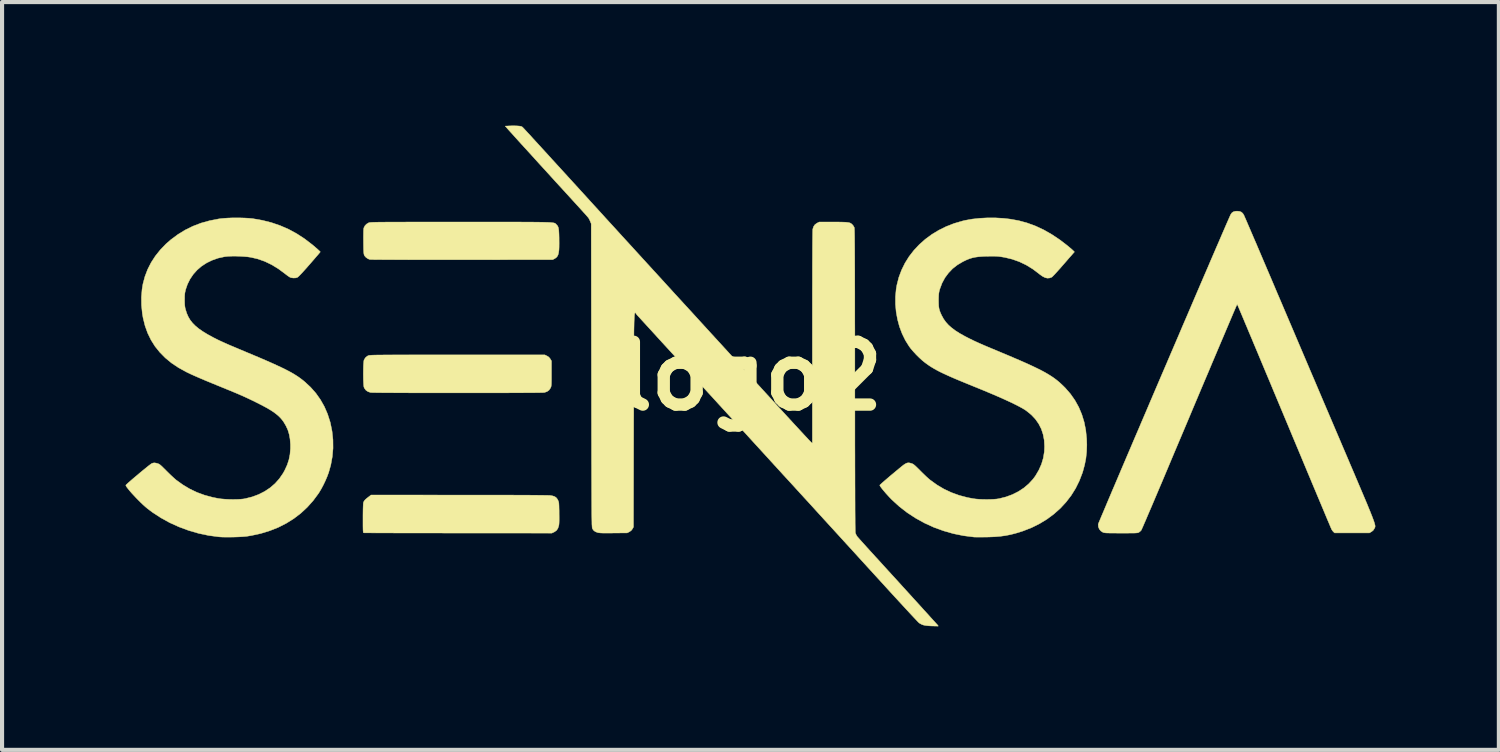
<source format=kicad_pcb>
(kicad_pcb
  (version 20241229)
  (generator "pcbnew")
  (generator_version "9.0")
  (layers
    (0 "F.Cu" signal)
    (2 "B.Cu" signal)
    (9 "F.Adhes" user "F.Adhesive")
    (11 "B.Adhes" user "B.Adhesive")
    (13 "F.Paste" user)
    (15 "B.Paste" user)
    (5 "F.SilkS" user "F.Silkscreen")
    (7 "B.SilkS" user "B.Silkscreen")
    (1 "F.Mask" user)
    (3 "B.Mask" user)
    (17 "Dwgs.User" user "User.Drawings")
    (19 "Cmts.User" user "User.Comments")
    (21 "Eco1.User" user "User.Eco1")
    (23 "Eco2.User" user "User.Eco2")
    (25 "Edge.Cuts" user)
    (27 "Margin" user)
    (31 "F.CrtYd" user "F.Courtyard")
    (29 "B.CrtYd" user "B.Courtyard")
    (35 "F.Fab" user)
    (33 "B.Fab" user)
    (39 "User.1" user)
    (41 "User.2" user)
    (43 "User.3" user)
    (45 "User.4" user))
  (footprint "logo2"
    (layer "F.Cu")
    (at 15.172 6.085)
    (property "Reference" "logo2" (at 0 0 0) (layer "F.SilkS") (effects (font (size 1.524 1.524) (thickness 0.3))))
    (attr through_hole)
    (fp_poly (pts (xy -7.083 2.886) (xy -6.841 2.886) (xy -6.61 2.886) (xy -6.391 2.886) (xy -6.183 2.886) (xy -5.988 2.887) (xy -5.807 2.887) (xy -5.639 2.888) (xy -5.486 2.888) (xy -5.348 2.889) (xy -5.226 2.89) (xy -5.121 2.891) (xy -5.033 2.892) (xy -4.963 2.893) (xy -4.911 2.894) (xy -4.879 2.895) (xy -4.869 2.895) (xy -4.804 2.906) (xy -4.755 2.922) (xy -4.719 2.946) (xy -4.69 2.981) (xy -4.676 3.007) (xy -4.667 3.025) (xy -4.661 3.041) (xy -4.656 3.059) (xy -4.652 3.08) (xy -4.65 3.109) (xy -4.648 3.148) (xy -4.647 3.2) (xy -4.645 3.267) (xy -4.645 3.319) (xy -4.644 3.419) (xy -4.644 3.502) (xy -4.646 3.567) (xy -4.65 3.612) (xy -4.653 3.628) (xy -4.674 3.693) (xy -4.707 3.743) (xy -4.755 3.778) (xy -4.768 3.785) (xy -4.821 3.81) (xy -7.097 3.809) (xy -7.311 3.809) (xy -7.519 3.808) (xy -7.721 3.808) (xy -7.917 3.808) (xy -8.104 3.808) (xy -8.282 3.807) (xy -8.45 3.807) (xy -8.608 3.807) (xy -8.754 3.806) (xy -8.887 3.806) (xy -9.006 3.806) (xy -9.112 3.805) (xy -9.201 3.805) (xy -9.275 3.804) (xy -9.331 3.804) (xy -9.369 3.804) (xy -9.388 3.803) (xy -9.39 3.803) (xy -9.395 3.801) (xy -9.399 3.795) (xy -9.402 3.783) (xy -9.404 3.764) (xy -9.406 3.736) (xy -9.407 3.696) (xy -9.408 3.642) (xy -9.408 3.572) (xy -9.408 3.485) (xy -9.408 3.456) (xy -9.408 3.373) (xy -9.407 3.295) (xy -9.406 3.224) (xy -9.404 3.164) (xy -9.402 3.117) (xy -9.4 3.086) (xy -9.399 3.075) (xy -9.389 3.047) (xy -9.374 3.022) (xy -9.349 2.994) (xy -9.312 2.962) (xy -9.277 2.935) (xy -9.212 2.885) (xy -7.083 2.886)) (stroke (width 0.01) (type solid)) (fill yes) (layer "F.SilkS"))
    (fp_poly (pts (xy -4.94 -0.492) (xy -4.898 -0.466) (xy -4.868 -0.432) (xy -4.859 -0.418) (xy -4.831 -0.371) (xy -4.831 -0.066) (xy -4.831 0.021) (xy -4.831 0.09) (xy -4.832 0.143) (xy -4.833 0.184) (xy -4.835 0.215) (xy -4.838 0.237) (xy -4.841 0.254) (xy -4.846 0.269) (xy -4.853 0.283) (xy -4.855 0.288) (xy -4.89 0.338) (xy -4.938 0.373) (xy -5.001 0.395) (xy -5.008 0.396) (xy -5.024 0.397) (xy -5.059 0.398) (xy -5.111 0.399) (xy -5.181 0.4) (xy -5.266 0.401) (xy -5.366 0.401) (xy -5.479 0.402) (xy -5.603 0.403) (xy -5.739 0.403) (xy -5.885 0.404) (xy -6.039 0.404) (xy -6.2 0.405) (xy -6.367 0.405) (xy -6.54 0.405) (xy -6.716 0.405) (xy -6.895 0.405) (xy -7.075 0.405) (xy -7.256 0.405) (xy -7.435 0.405) (xy -7.613 0.405) (xy -7.787 0.405) (xy -7.957 0.405) (xy -8.121 0.404) (xy -8.278 0.404) (xy -8.428 0.403) (xy -8.568 0.403) (xy -8.698 0.402) (xy -8.816 0.402) (xy -8.922 0.401) (xy -9.013 0.4) (xy -9.09 0.399) (xy -9.15 0.398) (xy -9.193 0.397) (xy -9.217 0.396) (xy -9.222 0.396) (xy -9.286 0.375) (xy -9.336 0.341) (xy -9.372 0.293) (xy -9.382 0.272) (xy -9.388 0.249) (xy -9.392 0.208) (xy -9.395 0.155) (xy -9.398 0.09) (xy -9.399 0.019) (xy -9.4 -0.055) (xy -9.399 -0.13) (xy -9.398 -0.202) (xy -9.396 -0.268) (xy -9.392 -0.323) (xy -9.388 -0.366) (xy -9.383 -0.392) (xy -9.382 -0.394) (xy -9.351 -0.447) (xy -9.307 -0.485) (xy -9.281 -0.499) (xy -9.276 -0.501) (xy -9.269 -0.503) (xy -9.261 -0.505) (xy -9.249 -0.507) (xy -9.234 -0.508) (xy -9.214 -0.509) (xy -9.189 -0.511) (xy -9.157 -0.512) (xy -9.119 -0.513) (xy -9.072 -0.514) (xy -9.017 -0.514) (xy -8.953 -0.515) (xy -8.878 -0.516) (xy -8.791 -0.516) (xy -8.693 -0.517) (xy -8.582 -0.517) (xy -8.457 -0.517) (xy -8.318 -0.517) (xy -8.164 -0.518) (xy -7.993 -0.518) (xy -7.805 -0.518) (xy -7.6 -0.518) (xy -7.376 -0.518) (xy -7.133 -0.518) (xy -7.117 -0.518) (xy -4.993 -0.518) (xy -4.94 -0.492)) (stroke (width 0.01) (type solid)) (fill yes) (layer "F.SilkS"))
    (fp_poly (pts (xy -6.135 -3.744) (xy -5.955 -3.744) (xy -5.792 -3.744) (xy -5.645 -3.744) (xy -5.512 -3.743) (xy -5.393 -3.743) (xy -5.288 -3.742) (xy -5.194 -3.741) (xy -5.112 -3.74) (xy -5.041 -3.739) (xy -4.979 -3.737) (xy -4.927 -3.736) (xy -4.883 -3.734) (xy -4.846 -3.731) (xy -4.816 -3.728) (xy -4.792 -3.725) (xy -4.773 -3.722) (xy -4.759 -3.718) (xy -4.747 -3.714) (xy -4.739 -3.709) (xy -4.732 -3.704) (xy -4.726 -3.699) (xy -4.721 -3.693) (xy -4.714 -3.686) (xy -4.712 -3.683) (xy -4.694 -3.665) (xy -4.68 -3.645) (xy -4.669 -3.622) (xy -4.661 -3.592) (xy -4.655 -3.554) (xy -4.651 -3.504) (xy -4.648 -3.439) (xy -4.646 -3.358) (xy -4.646 -3.331) (xy -4.645 -3.224) (xy -4.646 -3.136) (xy -4.649 -3.064) (xy -4.657 -3.006) (xy -4.667 -2.959) (xy -4.682 -2.923) (xy -4.702 -2.894) (xy -4.727 -2.872) (xy -4.757 -2.853) (xy -4.757 -2.853) (xy -4.801 -2.83) (xy -7.005 -2.828) (xy -7.216 -2.828) (xy -7.421 -2.828) (xy -7.621 -2.828) (xy -7.813 -2.828) (xy -7.997 -2.828) (xy -8.173 -2.828) (xy -8.338 -2.829) (xy -8.493 -2.829) (xy -8.636 -2.829) (xy -8.766 -2.83) (xy -8.883 -2.83) (xy -8.985 -2.831) (xy -9.071 -2.832) (xy -9.141 -2.832) (xy -9.194 -2.833) (xy -9.228 -2.834) (xy -9.243 -2.834) (xy -9.243 -2.834) (xy -9.291 -2.854) (xy -9.335 -2.885) (xy -9.368 -2.922) (xy -9.374 -2.933) (xy -9.379 -2.946) (xy -9.384 -2.961) (xy -9.387 -2.981) (xy -9.39 -3.009) (xy -9.392 -3.046) (xy -9.394 -3.095) (xy -9.395 -3.159) (xy -9.396 -3.24) (xy -9.396 -3.266) (xy -9.397 -3.372) (xy -9.396 -3.458) (xy -9.395 -3.525) (xy -9.392 -3.571) (xy -9.388 -3.598) (xy -9.388 -3.599) (xy -9.363 -3.65) (xy -9.323 -3.693) (xy -9.273 -3.723) (xy -9.268 -3.726) (xy -9.262 -3.728) (xy -9.254 -3.73) (xy -9.245 -3.731) (xy -9.232 -3.733) (xy -9.216 -3.734) (xy -9.195 -3.736) (xy -9.168 -3.737) (xy -9.135 -3.738) (xy -9.095 -3.739) (xy -9.047 -3.74) (xy -8.991 -3.741) (xy -8.925 -3.741) (xy -8.848 -3.742) (xy -8.761 -3.742) (xy -8.661 -3.743) (xy -8.549 -3.743) (xy -8.423 -3.743) (xy -8.283 -3.744) (xy -8.127 -3.744) (xy -7.955 -3.744) (xy -7.767 -3.744) (xy -7.561 -3.744) (xy -7.336 -3.744) (xy -7.092 -3.744) (xy -7.031 -3.744) (xy -6.778 -3.744) (xy -6.545 -3.744) (xy -6.331 -3.744) (xy -6.135 -3.744)) (stroke (width 0.01) (type solid)) (fill yes) (layer "F.SilkS"))
    (fp_poly (pts (xy 11.875 -4.003) (xy 11.92 -3.986) (xy 11.956 -3.954) (xy 11.98 -3.916) (xy 11.987 -3.902) (xy 12.001 -3.869) (xy 12.023 -3.82) (xy 12.051 -3.755) (xy 12.085 -3.676) (xy 12.125 -3.583) (xy 12.171 -3.476) (xy 12.221 -3.358) (xy 12.277 -3.23) (xy 12.336 -3.091) (xy 12.399 -2.943) (xy 12.465 -2.788) (xy 12.534 -2.626) (xy 12.606 -2.458) (xy 12.68 -2.284) (xy 12.705 -2.225) (xy 12.782 -2.043) (xy 12.867 -1.845) (xy 12.958 -1.631) (xy 13.054 -1.406) (xy 13.155 -1.169) (xy 13.259 -0.924) (xy 13.366 -0.673) (xy 13.475 -0.417) (xy 13.585 -0.158) (xy 13.696 0.101) (xy 13.805 0.358) (xy 13.913 0.612) (xy 14.019 0.86) (xy 14.122 1.101) (xy 14.22 1.332) (xy 14.283 1.478) (xy 14.383 1.714) (xy 14.476 1.931) (xy 14.561 2.132) (xy 14.64 2.316) (xy 14.711 2.484) (xy 14.776 2.637) (xy 14.835 2.776) (xy 14.888 2.901) (xy 14.936 3.014) (xy 14.978 3.114) (xy 15.014 3.203) (xy 15.047 3.282) (xy 15.074 3.351) (xy 15.098 3.411) (xy 15.117 3.462) (xy 15.133 3.506) (xy 15.146 3.543) (xy 15.155 3.573) (xy 15.162 3.599) (xy 15.167 3.619) (xy 15.169 3.636) (xy 15.169 3.65) (xy 15.168 3.661) (xy 15.165 3.67) (xy 15.161 3.679) (xy 15.157 3.687) (xy 15.152 3.696) (xy 15.149 3.703) (xy 15.121 3.745) (xy 15.08 3.777) (xy 15.079 3.777) (xy 15.032 3.805) (xy 14.185 3.805) (xy 14.158 3.78) (xy 14.134 3.753) (xy 14.113 3.721) (xy 14.112 3.717) (xy 14.106 3.704) (xy 14.092 3.673) (xy 14.072 3.625) (xy 14.045 3.561) (xy 14.012 3.484) (xy 13.974 3.393) (xy 13.931 3.29) (xy 13.883 3.175) (xy 13.831 3.051) (xy 13.775 2.918) (xy 13.716 2.777) (xy 13.654 2.63) (xy 13.59 2.476) (xy 13.539 2.355) (xy 13.444 2.127) (xy 13.349 1.899) (xy 13.253 1.67) (xy 13.158 1.443) (xy 13.064 1.217) (xy 12.971 0.995) (xy 12.879 0.775) (xy 12.789 0.56) (xy 12.701 0.35) (xy 12.616 0.145) (xy 12.533 -0.052) (xy 12.453 -0.243) (xy 12.377 -0.425) (xy 12.305 -0.598) (xy 12.236 -0.761) (xy 12.173 -0.913) (xy 12.113 -1.054) (xy 12.06 -1.182) (xy 12.011 -1.297) (xy 11.969 -1.399) (xy 11.932 -1.486) (xy 11.902 -1.557) (xy 11.879 -1.612) (xy 11.863 -1.649) (xy 11.855 -1.669) (xy 11.82 -1.747) (xy 11.799 -1.704) (xy 11.792 -1.689) (xy 11.778 -1.655) (xy 11.756 -1.604) (xy 11.727 -1.537) (xy 11.692 -1.454) (xy 11.65 -1.355) (xy 11.602 -1.242) (xy 11.548 -1.115) (xy 11.489 -0.975) (xy 11.424 -0.823) (xy 11.354 -0.658) (xy 11.28 -0.483) (xy 11.201 -0.297) (xy 11.119 -0.101) (xy 11.032 0.103) (xy 10.942 0.316) (xy 10.849 0.537) (xy 10.753 0.764) (xy 10.655 0.998) (xy 10.554 1.237) (xy 10.451 1.481) (xy 10.346 1.729) (xy 10.24 1.98) (xy 10.133 2.235) (xy 10.103 2.306) (xy 10.035 2.468) (xy 9.969 2.624) (xy 9.905 2.774) (xy 9.844 2.918) (xy 9.787 3.053) (xy 9.733 3.18) (xy 9.683 3.296) (xy 9.638 3.401) (xy 9.599 3.494) (xy 9.564 3.573) (xy 9.536 3.639) (xy 9.514 3.688) (xy 9.499 3.722) (xy 9.492 3.738) (xy 9.491 3.739) (xy 9.47 3.762) (xy 9.442 3.785) (xy 9.439 3.787) (xy 9.43 3.793) (xy 9.421 3.798) (xy 9.409 3.801) (xy 9.393 3.804) (xy 9.371 3.806) (xy 9.34 3.808) (xy 9.298 3.809) (xy 9.244 3.809) (xy 9.175 3.81) (xy 9.09 3.81) (xy 9.003 3.81) (xy 8.901 3.81) (xy 8.817 3.809) (xy 8.75 3.809) (xy 8.696 3.808) (xy 8.655 3.807) (xy 8.624 3.805) (xy 8.6 3.802) (xy 8.583 3.799) (xy 8.57 3.795) (xy 8.559 3.791) (xy 8.509 3.758) (xy 8.471 3.712) (xy 8.449 3.657) (xy 8.445 3.598) (xy 8.445 3.593) (xy 8.45 3.581) (xy 8.461 3.552) (xy 8.481 3.505) (xy 8.507 3.442) (xy 8.54 3.364) (xy 8.58 3.27) (xy 8.625 3.163) (xy 8.676 3.042) (xy 8.733 2.908) (xy 8.794 2.763) (xy 8.861 2.607) (xy 8.932 2.44) (xy 9.006 2.265) (xy 9.085 2.08) (xy 9.167 1.887) (xy 9.252 1.688) (xy 9.34 1.481) (xy 9.431 1.27) (xy 9.523 1.053) (xy 9.618 0.832) (xy 9.713 0.608) (xy 9.81 0.381) (xy 9.908 0.152) (xy 10.006 -0.077) (xy 10.105 -0.307) (xy 10.203 -0.537) (xy 10.301 -0.765) (xy 10.398 -0.991) (xy 10.493 -1.215) (xy 10.588 -1.435) (xy 10.68 -1.65) (xy 10.77 -1.861) (xy 10.858 -2.066) (xy 10.943 -2.264) (xy 11.025 -2.455) (xy 11.104 -2.637) (xy 11.178 -2.811) (xy 11.249 -2.975) (xy 11.315 -3.129) (xy 11.377 -3.271) (xy 11.433 -3.402) (xy 11.484 -3.52) (xy 11.529 -3.624) (xy 11.568 -3.714) (xy 11.601 -3.789) (xy 11.627 -3.848) (xy 11.646 -3.891) (xy 11.657 -3.916) (xy 11.66 -3.922) (xy 11.689 -3.965) (xy 11.725 -3.991) (xy 11.771 -4.005) (xy 11.816 -4.008) (xy 11.875 -4.003)) (stroke (width 0.01) (type solid)) (fill yes) (layer "F.SilkS"))
    (fp_poly (pts (xy 5.957 -3.844) (xy 6.151 -3.833) (xy 6.304 -3.815) (xy 6.516 -3.777) (xy 6.723 -3.72) (xy 6.925 -3.646) (xy 7.124 -3.553) (xy 7.321 -3.44) (xy 7.517 -3.309) (xy 7.676 -3.187) (xy 7.723 -3.149) (xy 7.766 -3.113) (xy 7.802 -3.082) (xy 7.828 -3.058) (xy 7.838 -3.049) (xy 7.868 -3.018) (xy 7.847 -2.995) (xy 7.836 -2.982) (xy 7.813 -2.956) (xy 7.78 -2.918) (xy 7.738 -2.871) (xy 7.69 -2.815) (xy 7.637 -2.754) (xy 7.585 -2.695) (xy 7.529 -2.63) (xy 7.476 -2.571) (xy 7.427 -2.517) (xy 7.386 -2.472) (xy 7.352 -2.437) (xy 7.328 -2.413) (xy 7.317 -2.404) (xy 7.264 -2.385) (xy 7.21 -2.381) (xy 7.155 -2.394) (xy 7.095 -2.424) (xy 7.028 -2.471) (xy 7.014 -2.483) (xy 6.858 -2.601) (xy 6.697 -2.7) (xy 6.53 -2.78) (xy 6.355 -2.842) (xy 6.172 -2.886) (xy 6.079 -2.901) (xy 6.027 -2.908) (xy 5.976 -2.912) (xy 5.92 -2.914) (xy 5.854 -2.914) (xy 5.774 -2.913) (xy 5.745 -2.913) (xy 5.636 -2.908) (xy 5.543 -2.901) (xy 5.461 -2.89) (xy 5.387 -2.874) (xy 5.316 -2.852) (xy 5.245 -2.823) (xy 5.168 -2.786) (xy 5.16 -2.782) (xy 5.028 -2.704) (xy 4.911 -2.613) (xy 4.81 -2.507) (xy 4.723 -2.39) (xy 4.653 -2.26) (xy 4.6 -2.119) (xy 4.59 -2.085) (xy 4.581 -2.047) (xy 4.575 -2.008) (xy 4.571 -1.963) (xy 4.569 -1.908) (xy 4.568 -1.849) (xy 4.569 -1.769) (xy 4.572 -1.703) (xy 4.58 -1.646) (xy 4.594 -1.594) (xy 4.614 -1.54) (xy 4.642 -1.479) (xy 4.648 -1.468) (xy 4.692 -1.388) (xy 4.746 -1.313) (xy 4.81 -1.242) (xy 4.886 -1.175) (xy 4.975 -1.108) (xy 5.08 -1.041) (xy 5.203 -0.972) (xy 5.273 -0.936) (xy 5.324 -0.91) (xy 5.373 -0.886) (xy 5.422 -0.862) (xy 5.474 -0.838) (xy 5.531 -0.812) (xy 5.594 -0.784) (xy 5.665 -0.753) (xy 5.747 -0.718) (xy 5.842 -0.678) (xy 5.951 -0.633) (xy 6.077 -0.58) (xy 6.091 -0.574) (xy 6.278 -0.496) (xy 6.446 -0.424) (xy 6.599 -0.358) (xy 6.736 -0.297) (xy 6.859 -0.24) (xy 6.969 -0.187) (xy 7.069 -0.137) (xy 7.158 -0.089) (xy 7.238 -0.042) (xy 7.311 0.004) (xy 7.378 0.05) (xy 7.44 0.097) (xy 7.498 0.145) (xy 7.554 0.196) (xy 7.609 0.249) (xy 7.646 0.286) (xy 7.772 0.431) (xy 7.881 0.587) (xy 7.973 0.753) (xy 8.047 0.929) (xy 8.104 1.115) (xy 8.143 1.311) (xy 8.164 1.517) (xy 8.169 1.668) (xy 8.163 1.837) (xy 8.146 1.996) (xy 8.116 2.15) (xy 8.073 2.309) (xy 8.061 2.347) (xy 7.987 2.54) (xy 7.896 2.724) (xy 7.788 2.897) (xy 7.663 3.059) (xy 7.524 3.209) (xy 7.37 3.346) (xy 7.202 3.471) (xy 7.021 3.581) (xy 6.828 3.677) (xy 6.622 3.758) (xy 6.572 3.774) (xy 6.439 3.815) (xy 6.313 3.847) (xy 6.19 3.871) (xy 6.065 3.888) (xy 5.931 3.899) (xy 5.785 3.905) (xy 5.725 3.906) (xy 5.653 3.907) (xy 5.584 3.907) (xy 5.524 3.907) (xy 5.474 3.907) (xy 5.439 3.906) (xy 5.425 3.905) (xy 5.174 3.873) (xy 4.928 3.823) (xy 4.687 3.754) (xy 4.453 3.669) (xy 4.228 3.566) (xy 4.012 3.447) (xy 3.807 3.313) (xy 3.614 3.163) (xy 3.435 3) (xy 3.433 2.997) (xy 3.384 2.947) (xy 3.335 2.894) (xy 3.287 2.841) (xy 3.243 2.789) (xy 3.204 2.742) (xy 3.173 2.702) (xy 3.152 2.671) (xy 3.142 2.651) (xy 3.141 2.646) (xy 3.15 2.636) (xy 3.173 2.615) (xy 3.208 2.583) (xy 3.255 2.542) (xy 3.312 2.493) (xy 3.377 2.437) (xy 3.449 2.377) (xy 3.527 2.312) (xy 3.609 2.244) (xy 3.661 2.201) (xy 3.715 2.158) (xy 3.758 2.129) (xy 3.794 2.111) (xy 3.827 2.103) (xy 3.862 2.105) (xy 3.901 2.115) (xy 3.913 2.119) (xy 3.933 2.126) (xy 3.952 2.136) (xy 3.973 2.151) (xy 3.999 2.173) (xy 4.031 2.203) (xy 4.073 2.244) (xy 4.125 2.296) (xy 4.177 2.348) (xy 4.23 2.399) (xy 4.28 2.447) (xy 4.325 2.487) (xy 4.359 2.516) (xy 4.364 2.52) (xy 4.529 2.639) (xy 4.701 2.741) (xy 4.88 2.825) (xy 5.07 2.894) (xy 5.272 2.947) (xy 5.41 2.973) (xy 5.477 2.982) (xy 5.557 2.988) (xy 5.645 2.992) (xy 5.736 2.993) (xy 5.826 2.992) (xy 5.91 2.988) (xy 5.983 2.982) (xy 6.04 2.973) (xy 6.206 2.931) (xy 6.363 2.873) (xy 6.508 2.8) (xy 6.64 2.713) (xy 6.758 2.613) (xy 6.862 2.5) (xy 6.92 2.422) (xy 7.003 2.281) (xy 7.067 2.137) (xy 7.112 1.987) (xy 7.137 1.833) (xy 7.142 1.707) (xy 7.134 1.554) (xy 7.107 1.412) (xy 7.063 1.279) (xy 7 1.156) (xy 6.92 1.042) (xy 6.822 0.938) (xy 6.706 0.844) (xy 6.673 0.82) (xy 6.609 0.781) (xy 6.525 0.735) (xy 6.423 0.683) (xy 6.303 0.625) (xy 6.164 0.561) (xy 6.008 0.492) (xy 5.833 0.417) (xy 5.642 0.337) (xy 5.433 0.252) (xy 5.431 0.251) (xy 5.267 0.184) (xy 5.121 0.124) (xy 4.991 0.07) (xy 4.875 0.02) (xy 4.773 -0.026) (xy 4.682 -0.068) (xy 4.601 -0.107) (xy 4.528 -0.145) (xy 4.462 -0.182) (xy 4.402 -0.218) (xy 4.345 -0.254) (xy 4.291 -0.292) (xy 4.239 -0.33) (xy 4.172 -0.384) (xy 4.1 -0.45) (xy 4.026 -0.523) (xy 3.957 -0.598) (xy 3.895 -0.67) (xy 3.854 -0.725) (xy 3.762 -0.872) (xy 3.684 -1.032) (xy 3.62 -1.201) (xy 3.572 -1.379) (xy 3.539 -1.561) (xy 3.522 -1.746) (xy 3.522 -1.931) (xy 3.539 -2.113) (xy 3.557 -2.217) (xy 3.604 -2.401) (xy 3.67 -2.577) (xy 3.753 -2.746) (xy 3.853 -2.906) (xy 3.969 -3.056) (xy 4.1 -3.196) (xy 4.245 -3.325) (xy 4.402 -3.441) (xy 4.572 -3.544) (xy 4.753 -3.634) (xy 4.945 -3.709) (xy 5.146 -3.768) (xy 5.212 -3.784) (xy 5.384 -3.815) (xy 5.568 -3.835) (xy 5.761 -3.845) (xy 5.957 -3.844)) (stroke (width 0.01) (type solid)) (fill yes) (layer "F.SilkS"))
    (fp_poly (pts (xy -12.382 -3.844) (xy -12.281 -3.841) (xy -12.189 -3.836) (xy -12.111 -3.829) (xy -12.09 -3.827) (xy -11.855 -3.786) (xy -11.632 -3.73) (xy -11.419 -3.657) (xy -11.214 -3.568) (xy -11.017 -3.461) (xy -10.825 -3.336) (xy -10.636 -3.191) (xy -10.547 -3.115) (xy -10.509 -3.082) (xy -10.478 -3.053) (xy -10.455 -3.031) (xy -10.445 -3.02) (xy -10.445 -3.019) (xy -10.451 -3.01) (xy -10.469 -2.988) (xy -10.498 -2.953) (xy -10.537 -2.909) (xy -10.582 -2.856) (xy -10.634 -2.796) (xy -10.691 -2.73) (xy -10.707 -2.712) (xy -10.784 -2.624) (xy -10.849 -2.552) (xy -10.902 -2.494) (xy -10.944 -2.45) (xy -10.975 -2.42) (xy -10.997 -2.402) (xy -11.005 -2.397) (xy -11.048 -2.386) (xy -11.1 -2.385) (xy -11.151 -2.392) (xy -11.176 -2.4) (xy -11.198 -2.413) (xy -11.231 -2.435) (xy -11.27 -2.464) (xy -11.303 -2.49) (xy -11.464 -2.609) (xy -11.627 -2.708) (xy -11.793 -2.788) (xy -11.963 -2.848) (xy -12.13 -2.887) (xy -12.206 -2.898) (xy -12.295 -2.906) (xy -12.39 -2.912) (xy -12.488 -2.915) (xy -12.583 -2.915) (xy -12.67 -2.912) (xy -12.744 -2.905) (xy -12.773 -2.901) (xy -12.927 -2.867) (xy -13.072 -2.816) (xy -13.205 -2.751) (xy -13.327 -2.672) (xy -13.435 -2.579) (xy -13.529 -2.474) (xy -13.608 -2.357) (xy -13.671 -2.23) (xy -13.714 -2.104) (xy -13.724 -2.061) (xy -13.732 -2.024) (xy -13.736 -1.985) (xy -13.739 -1.94) (xy -13.739 -1.882) (xy -13.74 -1.854) (xy -13.739 -1.787) (xy -13.737 -1.735) (xy -13.732 -1.692) (xy -13.726 -1.654) (xy -13.717 -1.621) (xy -13.688 -1.529) (xy -13.651 -1.444) (xy -13.605 -1.366) (xy -13.548 -1.293) (xy -13.479 -1.223) (xy -13.397 -1.155) (xy -13.299 -1.087) (xy -13.185 -1.017) (xy -13.053 -0.945) (xy -13.03 -0.933) (xy -12.986 -0.911) (xy -12.943 -0.889) (xy -12.9 -0.868) (xy -12.854 -0.847) (xy -12.804 -0.824) (xy -12.748 -0.799) (xy -12.683 -0.77) (xy -12.609 -0.738) (xy -12.522 -0.702) (xy -12.422 -0.659) (xy -12.305 -0.611) (xy -12.238 -0.582) (xy -12.059 -0.507) (xy -11.897 -0.439) (xy -11.752 -0.376) (xy -11.622 -0.319) (xy -11.506 -0.266) (xy -11.402 -0.218) (xy -11.309 -0.173) (xy -11.226 -0.13) (xy -11.151 -0.09) (xy -11.084 -0.051) (xy -11.022 -0.012) (xy -10.965 0.026) (xy -10.912 0.065) (xy -10.86 0.105) (xy -10.825 0.134) (xy -10.681 0.267) (xy -10.552 0.413) (xy -10.441 0.57) (xy -10.346 0.738) (xy -10.268 0.918) (xy -10.207 1.108) (xy -10.2 1.134) (xy -10.159 1.337) (xy -10.137 1.543) (xy -10.135 1.749) (xy -10.153 1.954) (xy -10.19 2.157) (xy -10.242 2.34) (xy -10.277 2.434) (xy -10.32 2.535) (xy -10.369 2.638) (xy -10.421 2.736) (xy -10.473 2.823) (xy -10.489 2.848) (xy -10.618 3.022) (xy -10.761 3.182) (xy -10.917 3.327) (xy -11.087 3.457) (xy -11.269 3.571) (xy -11.463 3.67) (xy -11.67 3.752) (xy -11.888 3.819) (xy -12.117 3.869) (xy -12.233 3.888) (xy -12.284 3.893) (xy -12.352 3.898) (xy -12.431 3.902) (xy -12.517 3.905) (xy -12.606 3.907) (xy -12.693 3.907) (xy -12.774 3.907) (xy -12.844 3.905) (xy -12.899 3.901) (xy -12.903 3.901) (xy -13.153 3.868) (xy -13.4 3.816) (xy -13.641 3.746) (xy -13.876 3.659) (xy -14.103 3.556) (xy -14.32 3.436) (xy -14.525 3.302) (xy -14.641 3.214) (xy -14.689 3.174) (xy -14.742 3.127) (xy -14.799 3.073) (xy -14.857 3.015) (xy -14.915 2.956) (xy -14.971 2.896) (xy -15.024 2.839) (xy -15.071 2.785) (xy -15.11 2.737) (xy -15.141 2.697) (xy -15.16 2.667) (xy -15.167 2.648) (xy -15.167 2.647) (xy -15.158 2.636) (xy -15.136 2.615) (xy -15.102 2.584) (xy -15.058 2.546) (xy -15.007 2.501) (xy -14.95 2.453) (xy -14.89 2.403) (xy -14.829 2.351) (xy -14.769 2.301) (xy -14.711 2.254) (xy -14.658 2.211) (xy -14.612 2.174) (xy -14.575 2.146) (xy -14.55 2.127) (xy -14.54 2.121) (xy -14.506 2.108) (xy -14.472 2.104) (xy -14.432 2.11) (xy -14.397 2.119) (xy -14.378 2.126) (xy -14.359 2.135) (xy -14.34 2.147) (xy -14.316 2.167) (xy -14.286 2.194) (xy -14.248 2.232) (xy -14.198 2.281) (xy -14.184 2.296) (xy -14.132 2.347) (xy -14.079 2.399) (xy -14.028 2.446) (xy -13.984 2.486) (xy -13.95 2.516) (xy -13.945 2.52) (xy -13.782 2.637) (xy -13.615 2.737) (xy -13.439 2.821) (xy -13.254 2.889) (xy -13.057 2.942) (xy -12.927 2.968) (xy -12.852 2.979) (xy -12.765 2.986) (xy -12.67 2.991) (xy -12.573 2.993) (xy -12.479 2.992) (xy -12.391 2.988) (xy -12.315 2.981) (xy -12.269 2.973) (xy -12.098 2.93) (xy -11.94 2.871) (xy -11.794 2.797) (xy -11.661 2.708) (xy -11.542 2.605) (xy -11.438 2.488) (xy -11.348 2.357) (xy -11.308 2.285) (xy -11.248 2.154) (xy -11.206 2.026) (xy -11.18 1.895) (xy -11.169 1.758) (xy -11.169 1.656) (xy -11.179 1.527) (xy -11.2 1.412) (xy -11.232 1.306) (xy -11.278 1.206) (xy -11.333 1.112) (xy -11.372 1.059) (xy -11.416 1.008) (xy -11.466 0.959) (xy -11.525 0.911) (xy -11.593 0.861) (xy -11.674 0.81) (xy -11.767 0.756) (xy -11.876 0.698) (xy -12.001 0.635) (xy -12.071 0.6) (xy -12.136 0.569) (xy -12.197 0.54) (xy -12.257 0.512) (xy -12.319 0.484) (xy -12.384 0.456) (xy -12.454 0.425) (xy -12.533 0.392) (xy -12.622 0.355) (xy -12.725 0.313) (xy -12.842 0.265) (xy -12.918 0.234) (xy -13.082 0.167) (xy -13.232 0.105) (xy -13.368 0.047) (xy -13.488 -0.005) (xy -13.592 -0.052) (xy -13.678 -0.093) (xy -13.707 -0.108) (xy -13.892 -0.21) (xy -14.059 -0.322) (xy -14.209 -0.446) (xy -14.341 -0.58) (xy -14.457 -0.724) (xy -14.555 -0.88) (xy -14.636 -1.046) (xy -14.7 -1.224) (xy -14.747 -1.413) (xy -14.766 -1.524) (xy -14.786 -1.724) (xy -14.788 -1.921) (xy -14.772 -2.113) (xy -14.751 -2.24) (xy -14.703 -2.42) (xy -14.637 -2.593) (xy -14.552 -2.76) (xy -14.449 -2.919) (xy -14.328 -3.07) (xy -14.191 -3.212) (xy -14.077 -3.312) (xy -13.905 -3.44) (xy -13.726 -3.55) (xy -13.539 -3.642) (xy -13.341 -3.718) (xy -13.133 -3.776) (xy -12.914 -3.819) (xy -12.857 -3.827) (xy -12.781 -3.834) (xy -12.692 -3.84) (xy -12.592 -3.844) (xy -12.487 -3.845) (xy -12.382 -3.844)) (stroke (width 0.01) (type solid)) (fill yes) (layer "F.SilkS"))
    (fp_poly (pts (xy -5.727 -6.08) (xy -5.669 -6.078) (xy -5.652 -6.077) (xy -5.606 -6.073) (xy -5.575 -6.068) (xy -5.553 -6.061) (xy -5.537 -6.05) (xy -5.531 -6.045) (xy -5.527 -6.041) (xy -5.519 -6.032) (xy -5.507 -6.02) (xy -5.49 -6.002) (xy -5.47 -5.98) (xy -5.444 -5.952) (xy -5.412 -5.917) (xy -5.374 -5.877) (xy -5.33 -5.829) (xy -5.28 -5.773) (xy -5.221 -5.709) (xy -5.155 -5.637) (xy -5.081 -5.556) (xy -4.998 -5.465) (xy -4.906 -5.365) (xy -4.805 -5.253) (xy -4.693 -5.131) (xy -4.571 -4.998) (xy -4.438 -4.852) (xy -4.294 -4.694) (xy -4.138 -4.523) (xy -3.97 -4.339) (xy -3.79 -4.141) (xy -3.596 -3.929) (xy -3.516 -3.84) (xy -3.395 -3.708) (xy -3.261 -3.562) (xy -3.116 -3.402) (xy -2.959 -3.231) (xy -2.792 -3.048) (xy -2.616 -2.855) (xy -2.431 -2.653) (xy -2.238 -2.442) (xy -2.039 -2.224) (xy -1.834 -1.999) (xy -1.623 -1.769) (xy -1.408 -1.535) (xy -1.19 -1.296) (xy -0.97 -1.055) (xy -0.748 -0.813) (xy -0.525 -0.569) (xy -0.302 -0.326) (xy -0.08 -0.083) (xy 0.14 0.157) (xy 0.357 0.394) (xy 0.545 0.599) (xy 0.656 0.721) (xy 0.764 0.838) (xy 0.868 0.951) (xy 0.966 1.058) (xy 1.058 1.158) (xy 1.143 1.25) (xy 1.221 1.334) (xy 1.29 1.409) (xy 1.35 1.473) (xy 1.4 1.527) (xy 1.439 1.568) (xy 1.466 1.596) (xy 1.481 1.611) (xy 1.483 1.613) (xy 1.504 1.626) (xy 1.504 -0.949) (xy 1.504 -1.252) (xy 1.504 -1.535) (xy 1.504 -1.798) (xy 1.504 -2.042) (xy 1.505 -2.267) (xy 1.505 -2.472) (xy 1.505 -2.659) (xy 1.506 -2.828) (xy 1.507 -2.979) (xy 1.507 -3.112) (xy 1.508 -3.228) (xy 1.509 -3.327) (xy 1.51 -3.408) (xy 1.511 -3.474) (xy 1.512 -3.523) (xy 1.513 -3.556) (xy 1.514 -3.574) (xy 1.515 -3.575) (xy 1.535 -3.636) (xy 1.567 -3.681) (xy 1.614 -3.715) (xy 1.621 -3.719) (xy 1.671 -3.744) (xy 2.007 -3.744) (xy 2.109 -3.744) (xy 2.194 -3.743) (xy 2.262 -3.741) (xy 2.316 -3.739) (xy 2.359 -3.734) (xy 2.393 -3.729) (xy 2.419 -3.721) (xy 2.44 -3.71) (xy 2.457 -3.698) (xy 2.474 -3.682) (xy 2.475 -3.681) (xy 2.499 -3.652) (xy 2.518 -3.618) (xy 2.522 -3.61) (xy 2.523 -3.603) (xy 2.524 -3.59) (xy 2.525 -3.57) (xy 2.526 -3.542) (xy 2.527 -3.507) (xy 2.528 -3.463) (xy 2.529 -3.409) (xy 2.53 -3.346) (xy 2.53 -3.273) (xy 2.531 -3.188) (xy 2.532 -3.092) (xy 2.532 -2.985) (xy 2.533 -2.865) (xy 2.533 -2.731) (xy 2.534 -2.584) (xy 2.534 -2.423) (xy 2.534 -2.247) (xy 2.535 -2.056) (xy 2.535 -1.849) (xy 2.535 -1.625) (xy 2.535 -1.385) (xy 2.536 -1.127) (xy 2.536 -0.851) (xy 2.536 -0.556) (xy 2.536 -0.242) (xy 2.536 0.092) (xy 2.536 0.097) (xy 2.536 0.45) (xy 2.537 0.784) (xy 2.537 1.098) (xy 2.537 1.393) (xy 2.537 1.668) (xy 2.538 1.926) (xy 2.538 2.165) (xy 2.539 2.386) (xy 2.539 2.59) (xy 2.54 2.776) (xy 2.54 2.946) (xy 2.541 3.1) (xy 2.541 3.237) (xy 2.542 3.358) (xy 2.543 3.465) (xy 2.543 3.556) (xy 2.544 3.632) (xy 2.545 3.694) (xy 2.546 3.742) (xy 2.547 3.777) (xy 2.548 3.798) (xy 2.549 3.806) (xy 2.563 3.841) (xy 2.583 3.878) (xy 2.589 3.887) (xy 2.601 3.902) (xy 2.625 3.929) (xy 2.661 3.97) (xy 2.706 4.02) (xy 2.761 4.081) (xy 2.822 4.149) (xy 2.89 4.224) (xy 2.963 4.304) (xy 3.04 4.389) (xy 3.059 4.409) (xy 3.116 4.471) (xy 3.181 4.543) (xy 3.254 4.623) (xy 3.333 4.71) (xy 3.418 4.803) (xy 3.507 4.9) (xy 3.599 5.001) (xy 3.692 5.104) (xy 3.787 5.208) (xy 3.881 5.311) (xy 3.973 5.413) (xy 4.063 5.511) (xy 4.148 5.605) (xy 4.228 5.694) (xy 4.303 5.775) (xy 4.369 5.849) (xy 4.427 5.913) (xy 4.476 5.966) (xy 4.513 6.007) (xy 4.539 6.035) (xy 4.545 6.043) (xy 4.558 6.059) (xy 4.561 6.068) (xy 4.561 6.068) (xy 4.55 6.069) (xy 4.522 6.068) (xy 4.481 6.067) (xy 4.431 6.066) (xy 4.399 6.065) (xy 4.322 6.061) (xy 4.26 6.054) (xy 4.21 6.045) (xy 4.167 6.031) (xy 4.128 6.011) (xy 4.097 5.992) (xy 4.086 5.982) (xy 4.062 5.958) (xy 4.026 5.92) (xy 3.979 5.87) (xy 3.922 5.809) (xy 3.855 5.737) (xy 3.78 5.656) (xy 3.697 5.566) (xy 3.607 5.468) (xy 3.511 5.364) (xy 3.41 5.254) (xy 3.305 5.139) (xy 3.196 5.019) (xy 3.182 5.004) (xy 3.013 4.819) (xy 2.844 4.634) (xy 2.675 4.449) (xy 2.505 4.262) (xy 2.332 4.073) (xy 2.157 3.881) (xy 1.978 3.685) (xy 1.795 3.485) (xy 1.607 3.279) (xy 1.414 3.067) (xy 1.214 2.849) (xy 1.007 2.622) (xy 0.792 2.388) (xy 0.569 2.144) (xy 0.337 1.89) (xy 0.095 1.625) (xy -0.158 1.348) (xy -0.423 1.059) (xy -0.699 0.757) (xy -0.988 0.441) (xy -1.072 0.35) (xy -1.222 0.186) (xy -1.368 0.026) (xy -1.511 -0.13) (xy -1.649 -0.28) (xy -1.781 -0.426) (xy -1.908 -0.564) (xy -2.029 -0.696) (xy -2.143 -0.82) (xy -2.249 -0.936) (xy -2.346 -1.043) (xy -2.435 -1.14) (xy -2.515 -1.227) (xy -2.584 -1.303) (xy -2.643 -1.367) (xy -2.69 -1.419) (xy -2.726 -1.458) (xy -2.749 -1.483) (xy -2.758 -1.494) (xy -2.766 -1.503) (xy -2.773 -1.512) (xy -2.779 -1.522) (xy -2.785 -1.53) (xy -2.79 -1.536) (xy -2.795 -1.54) (xy -2.8 -1.541) (xy -2.804 -1.538) (xy -2.808 -1.53) (xy -2.811 -1.517) (xy -2.814 -1.499) (xy -2.817 -1.473) (xy -2.819 -1.44) (xy -2.821 -1.4) (xy -2.823 -1.35) (xy -2.825 -1.291) (xy -2.826 -1.222) (xy -2.828 -1.142) (xy -2.829 -1.051) (xy -2.829 -0.947) (xy -2.83 -0.83) (xy -2.831 -0.7) (xy -2.831 -0.555) (xy -2.832 -0.395) (xy -2.832 -0.22) (xy -2.833 -0.028) (xy -2.833 0.181) (xy -2.833 0.408) (xy -2.834 0.654) (xy -2.834 0.918) (xy -2.835 1.062) (xy -2.84 3.663) (xy -2.865 3.708) (xy -2.894 3.747) (xy -2.935 3.776) (xy -2.941 3.779) (xy -2.992 3.805) (xy -3.325 3.808) (xy -3.42 3.809) (xy -3.498 3.809) (xy -3.559 3.809) (xy -3.607 3.808) (xy -3.645 3.806) (xy -3.673 3.803) (xy -3.695 3.8) (xy -3.712 3.796) (xy -3.766 3.775) (xy -3.805 3.747) (xy -3.833 3.708) (xy -3.837 3.701) (xy -3.838 3.697) (xy -3.84 3.692) (xy -3.841 3.686) (xy -3.843 3.677) (xy -3.844 3.665) (xy -3.845 3.65) (xy -3.846 3.631) (xy -3.848 3.607) (xy -3.849 3.577) (xy -3.849 3.542) (xy -3.85 3.5) (xy -3.851 3.45) (xy -3.852 3.393) (xy -3.853 3.327) (xy -3.853 3.252) (xy -3.854 3.168) (xy -3.854 3.073) (xy -3.855 2.967) (xy -3.855 2.849) (xy -3.856 2.719) (xy -3.856 2.577) (xy -3.857 2.421) (xy -3.857 2.25) (xy -3.858 2.065) (xy -3.858 1.865) (xy -3.858 1.649) (xy -3.859 1.416) (xy -3.859 1.166) (xy -3.86 0.898) (xy -3.86 0.612) (xy -3.86 0.306) (xy -3.861 -0.019) (xy -3.861 -0.02) (xy -3.866 -3.703) (xy -3.889 -3.76) (xy -3.906 -3.797) (xy -3.925 -3.833) (xy -3.936 -3.849) (xy -3.948 -3.863) (xy -3.971 -3.89) (xy -4.006 -3.93) (xy -4.051 -3.979) (xy -4.103 -4.037) (xy -4.163 -4.103) (xy -4.228 -4.174) (xy -4.296 -4.249) (xy -4.321 -4.276) (xy -4.39 -4.352) (xy -4.467 -4.436) (xy -4.55 -4.527) (xy -4.638 -4.623) (xy -4.731 -4.724) (xy -4.826 -4.829) (xy -4.923 -4.936) (xy -5.021 -5.043) (xy -5.12 -5.151) (xy -5.217 -5.258) (xy -5.311 -5.362) (xy -5.403 -5.463) (xy -5.49 -5.558) (xy -5.572 -5.648) (xy -5.647 -5.731) (xy -5.715 -5.806) (xy -5.774 -5.872) (xy -5.824 -5.927) (xy -5.863 -5.97) (xy -5.89 -6) (xy -5.904 -6.016) (xy -5.953 -6.073) (xy -5.849 -6.078) (xy -5.791 -6.08) (xy -5.727 -6.08)) (stroke (width 0.01) (type solid)) (fill yes) (layer "F.SilkS")))
  (gr_rect
    (start -3 -3)
    (end 33.346 15.158)
    (stroke (width 0.1) (type default))
    (fill no)
    (layer "Edge.Cuts")))
</source>
